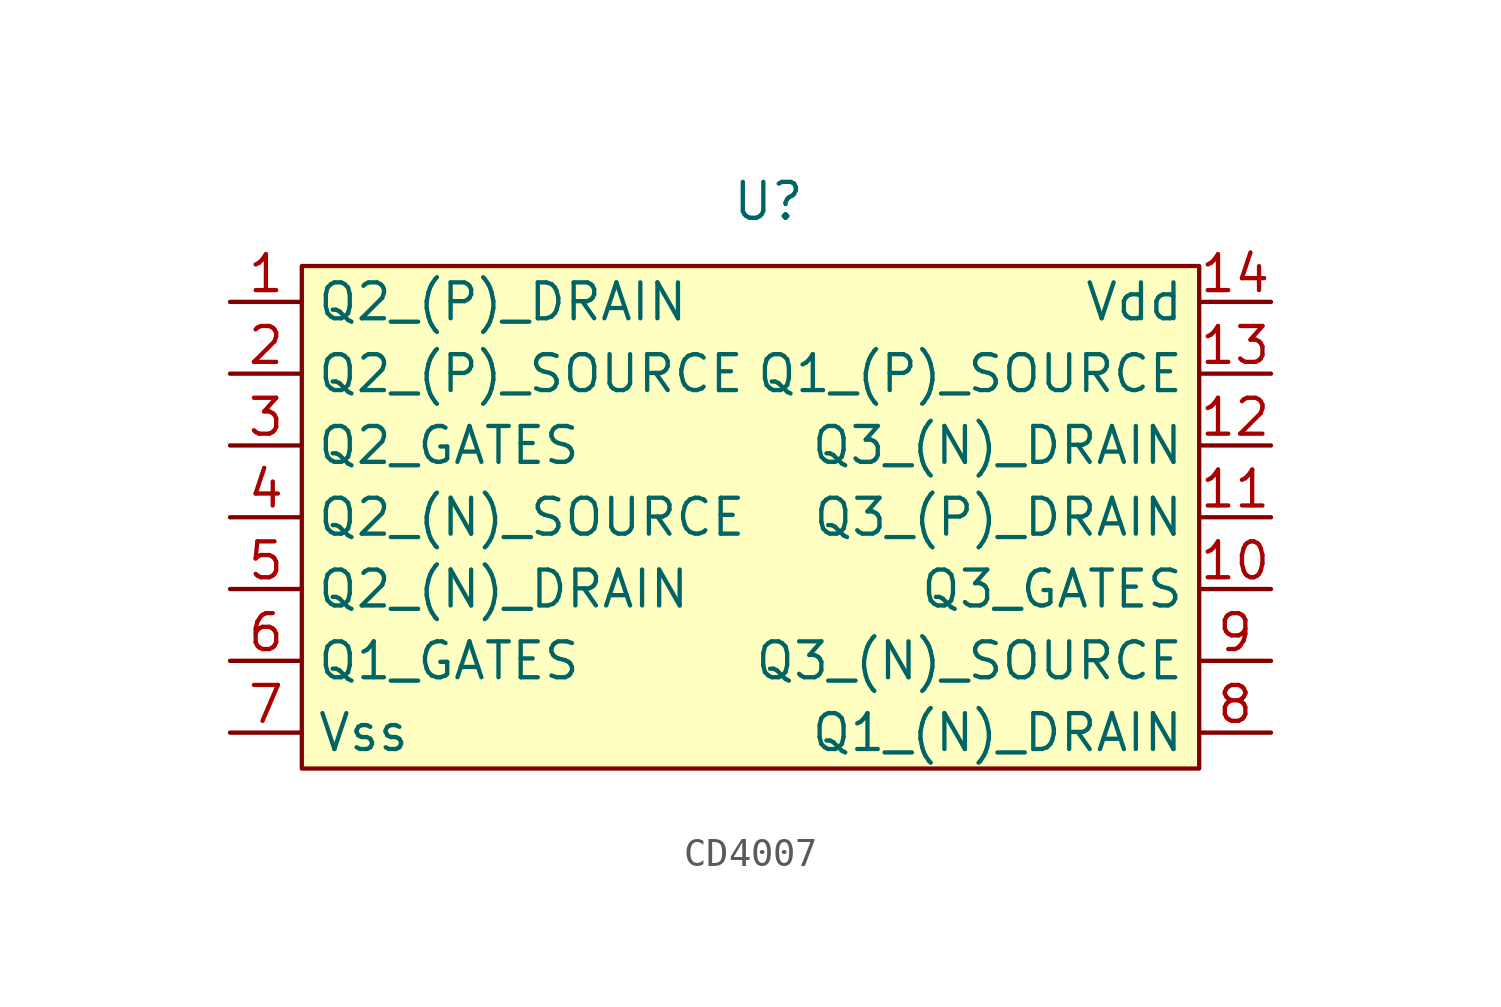
<source format=kicad_sym>
(kicad_symbol_lib
  (version 20231120)
  (generator "kicad_symbol_editor")
  (generator_version "8.0")
  (symbol "CD4007"
    (property "Reference" "U"
      (at 0 2.286 0)
      (effects (font (size 1.27 1.27))))
    (property "Value" ""
      (at -19.05 -1.27 0)
      (effects (font (size 1.27 1.27))))
    (symbol "CD4007_0_0"
      (pin unspecified line (at -19.05 -1.27 0) (length 2.54) (name "Q2_(P)_DRAIN" (effects (font (size 1.27 1.27)))) (number "1" (effects (font (size 1.27 1.27)))))
      (pin unspecified line (at 17.78 -11.43 180) (length 2.54) (name "Q3_GATES" (effects (font (size 1.27 1.27)))) (number "10" (effects (font (size 1.27 1.27)))))
      (pin unspecified line (at 17.78 -8.89 180) (length 2.54) (name "Q3_(P)_DRAIN" (effects (font (size 1.27 1.27)))) (number "11" (effects (font (size 1.27 1.27)))))
      (pin unspecified line (at 17.78 -6.35 180) (length 2.54) (name "Q3_(N)_DRAIN" (effects (font (size 1.27 1.27)))) (number "12" (effects (font (size 1.27 1.27)))))
      (pin unspecified line (at 17.78 -3.81 180) (length 2.54) (name "Q1_(P)_SOURCE" (effects (font (size 1.27 1.27)))) (number "13" (effects (font (size 1.27 1.27)))))
      (pin power_in line (at 17.78 -1.27 180) (length 2.54) (name "Vdd" (effects (font (size 1.27 1.27)))) (number "14" (effects (font (size 1.27 1.27)))))
      (pin unspecified line (at -19.05 -3.81 0) (length 2.54) (name "Q2_(P)_SOURCE" (effects (font (size 1.27 1.27)))) (number "2" (effects (font (size 1.27 1.27)))))
      (pin unspecified line (at -19.05 -6.35 0) (length 2.54) (name "Q2_GATES" (effects (font (size 1.27 1.27)))) (number "3" (effects (font (size 1.27 1.27)))))
      (pin unspecified line (at -19.05 -8.89 0) (length 2.54) (name "Q2_(N)_SOURCE" (effects (font (size 1.27 1.27)))) (number "4" (effects (font (size 1.27 1.27)))))
      (pin unspecified line (at -19.05 -11.43 0) (length 2.54) (name "Q2_(N)_DRAIN" (effects (font (size 1.27 1.27)))) (number "5" (effects (font (size 1.27 1.27)))))
      (pin unspecified line (at -19.05 -13.97 0) (length 2.54) (name "Q1_GATES" (effects (font (size 1.27 1.27)))) (number "6" (effects (font (size 1.27 1.27)))))
      (pin power_in line (at -19.05 -16.51 0) (length 2.54) (name "Vss" (effects (font (size 1.27 1.27)))) (number "7" (effects (font (size 1.27 1.27)))))
      (pin unspecified line (at 17.78 -16.51 180) (length 2.54) (name "Q1_(N)_DRAIN" (effects (font (size 1.27 1.27)))) (number "8" (effects (font (size 1.27 1.27)))))
      (pin unspecified line (at 17.78 -13.97 180) (length 2.54) (name "Q3_(N)_SOURCE" (effects (font (size 1.27 1.27)))) (number "9" (effects (font (size 1.27 1.27))))))
    (symbol "CD4007_1_1"
      (rectangle (start -16.51 0) (end 15.24 -17.78) (stroke (width 0) (type default)) (fill (type background))))))
</source>
